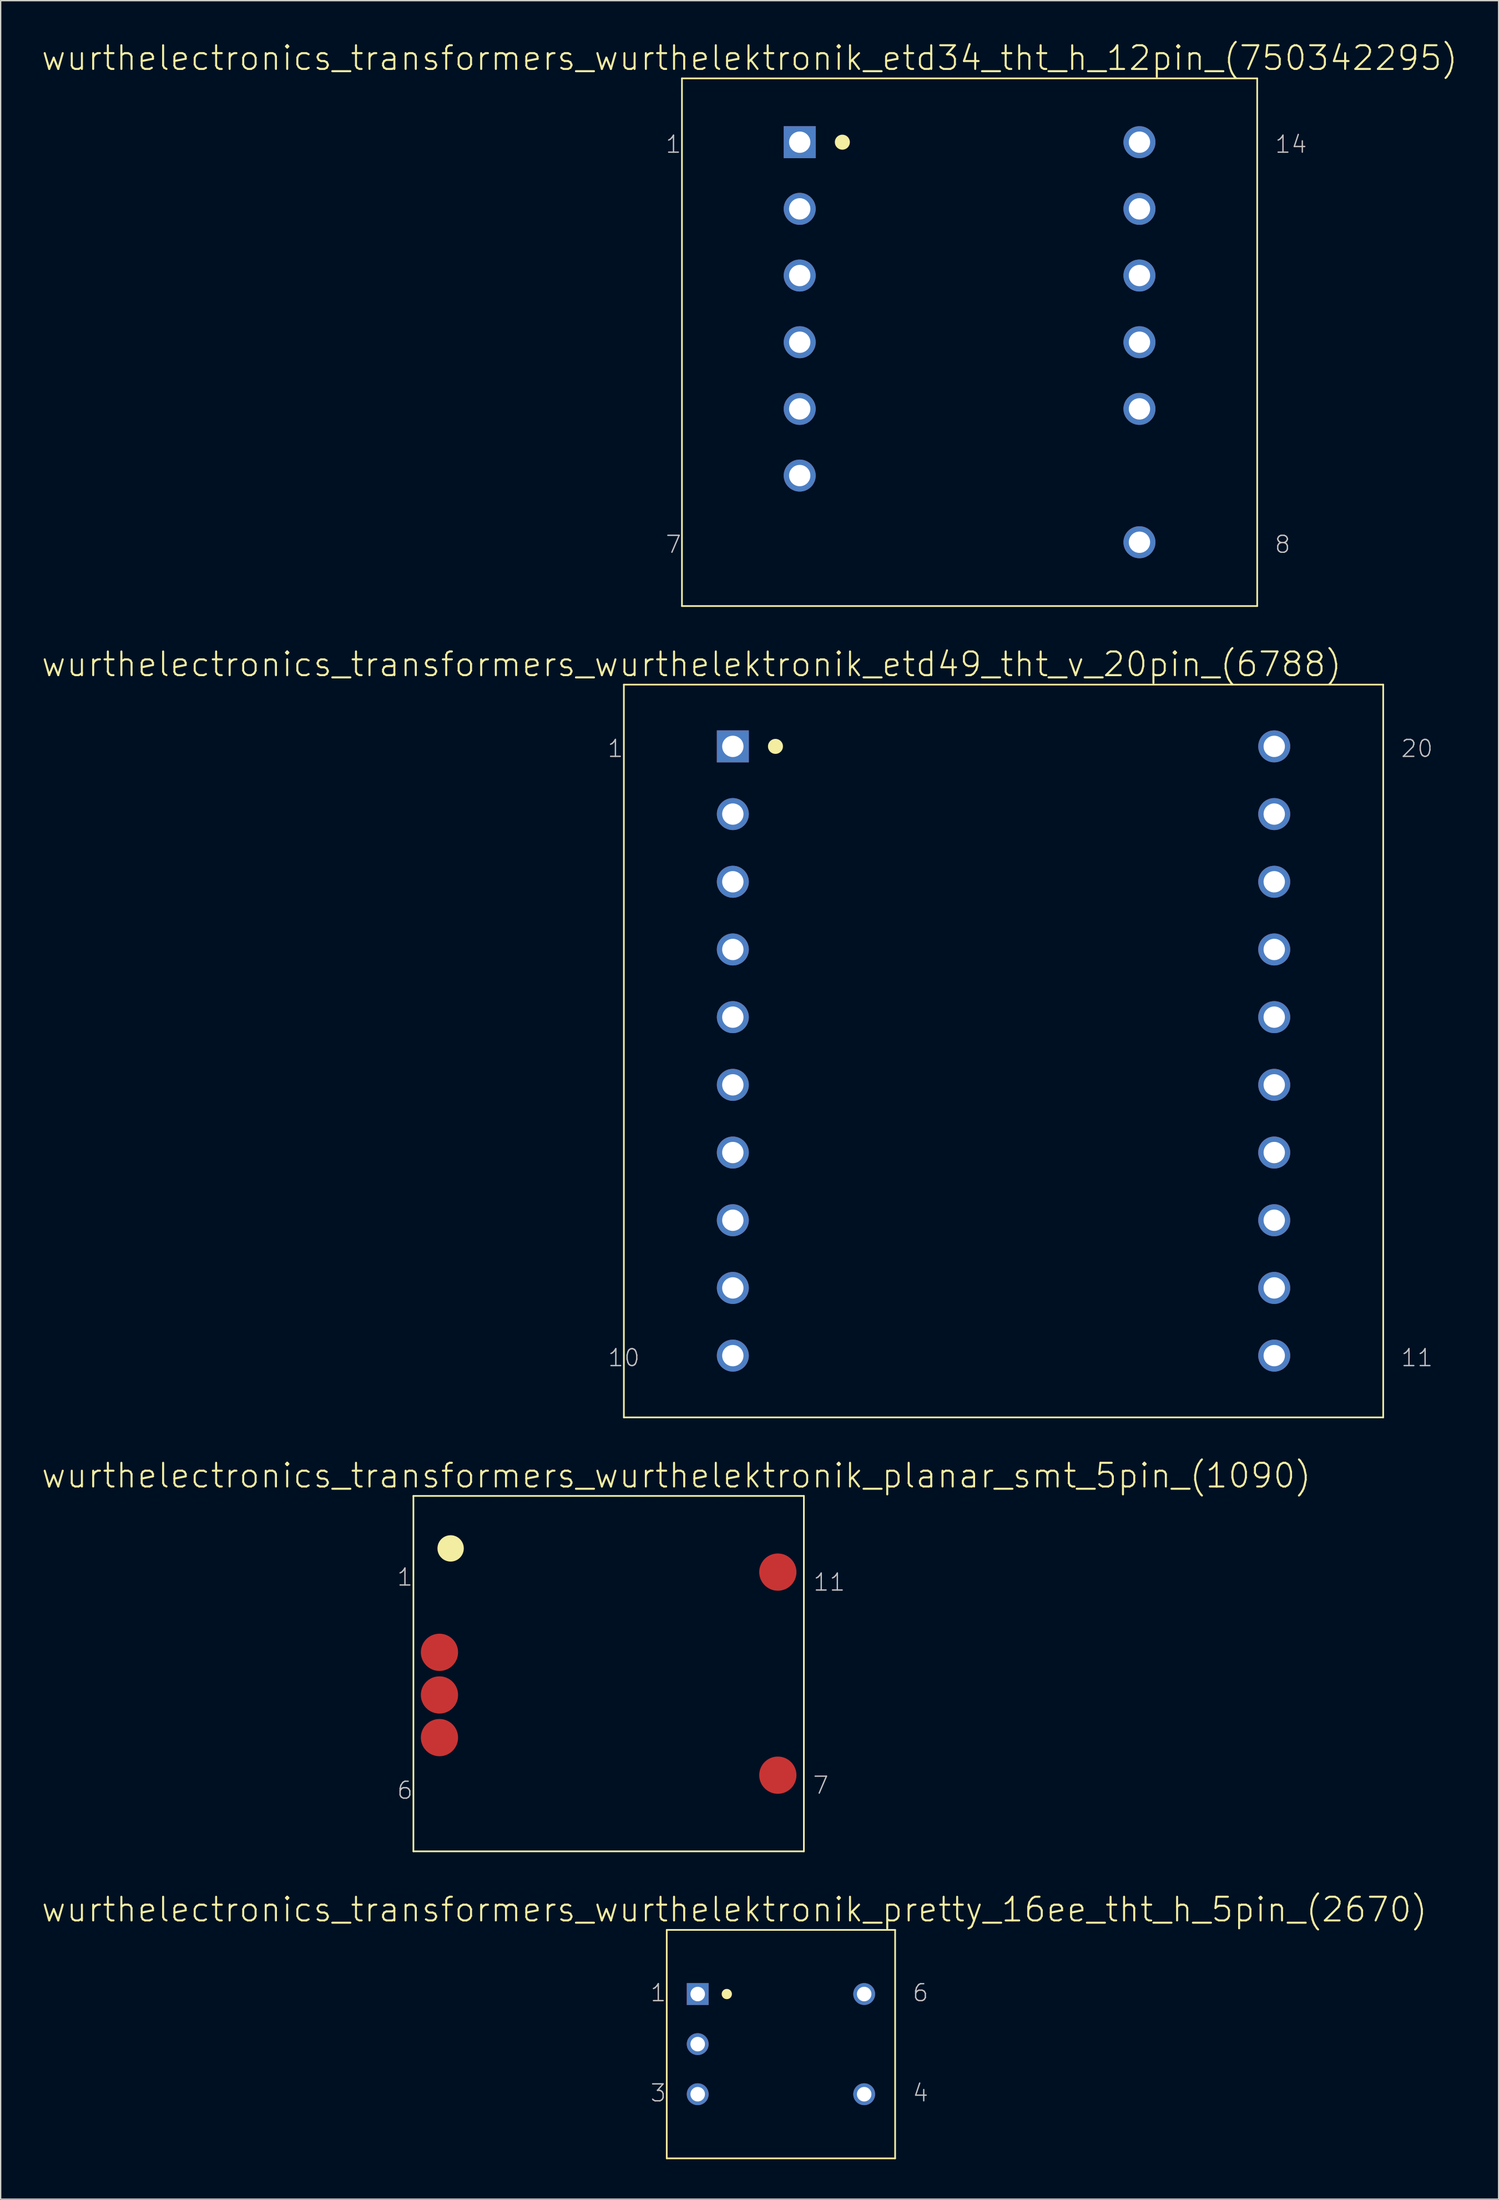
<source format=kicad_pcb>
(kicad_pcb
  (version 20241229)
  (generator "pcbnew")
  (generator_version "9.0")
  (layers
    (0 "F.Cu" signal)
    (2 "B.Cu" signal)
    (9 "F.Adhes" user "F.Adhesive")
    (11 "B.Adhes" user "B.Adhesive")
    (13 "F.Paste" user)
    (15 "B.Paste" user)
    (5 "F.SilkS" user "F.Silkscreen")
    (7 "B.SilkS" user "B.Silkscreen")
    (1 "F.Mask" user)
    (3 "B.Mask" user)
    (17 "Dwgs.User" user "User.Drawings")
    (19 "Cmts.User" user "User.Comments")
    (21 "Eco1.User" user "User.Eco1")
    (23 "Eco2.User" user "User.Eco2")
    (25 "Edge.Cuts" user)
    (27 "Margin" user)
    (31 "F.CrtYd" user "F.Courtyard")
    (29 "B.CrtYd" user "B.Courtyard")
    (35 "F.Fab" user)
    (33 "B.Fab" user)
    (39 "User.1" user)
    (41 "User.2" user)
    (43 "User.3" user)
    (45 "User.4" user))
  (footprint "wurthelectronics_transformers_wurthelektronik_etd34_tht_h_12pin_(750342295)"
    (layer "F.Cu")
    (at 69.731 22.631)
    (property "Reference" "wurthelectronics_transformers_wurthelektronik_etd34_tht_h_12pin_(750342295)" (at -16.51 -21.323 0) (layer "F.SilkS") (effects (font (size 1.778 1.778) (thickness 0.152))))
    (attr exclude_from_pos_files exclude_from_bom)
    (fp_line (start -21.59 -19.799) (end -21.59 19.799) (stroke (width 0.127) (type solid)) (layer "F.SilkS"))
    (fp_line (start -21.59 -19.799) (end 21.59 -19.799) (stroke (width 0.127) (type solid)) (layer "F.SilkS"))
    (fp_line (start -21.59 19.799) (end 21.59 19.799) (stroke (width 0.127) (type solid)) (layer "F.SilkS"))
    (fp_line (start 21.59 -19.799) (end 21.59 19.799) (stroke (width 0.127) (type solid)) (layer "F.SilkS"))
    (fp_circle (center -9.55 -15.011) (end -9.949 -15.41) (stroke (width 0) (type solid)) (fill yes) (layer "F.SilkS"))
    (fp_text user "1" (at -22.225 -14.846 0) (layer "Dwgs.User") (effects (font (size 1.27 1.27) (thickness 0.102))))
    (fp_text user "14" (at 24.13 -14.846 0) (layer "Dwgs.User") (effects (font (size 1.27 1.27) (thickness 0.102))))
    (fp_text user "7" (at -22.225 15.177 0) (layer "Dwgs.User") (effects (font (size 1.27 1.27) (thickness 0.102))))
    (fp_text user "8" (at 23.495 15.177 0) (layer "Dwgs.User") (effects (font (size 1.27 1.27) (thickness 0.102))))
    (pad "1" thru_hole rect (at -12.751 -15.011) (size 2.4 2.4) (drill 1.6) (layers "*.Cu" "*.Paste" "*.Mask"))
    (pad "2" thru_hole circle (at -12.751 -10.008) (size 2.4 2.4) (drill 1.6) (layers "*.Cu" "*.Paste" "*.Mask"))
    (pad "3" thru_hole circle (at -12.751 -5.004) (size 2.4 2.4) (drill 1.6) (layers "*.Cu" "*.Paste" "*.Mask"))
    (pad "4" thru_hole circle (at -12.751 0) (size 2.4 2.4) (drill 1.6) (layers "*.Cu" "*.Paste" "*.Mask"))
    (pad "5" thru_hole circle (at -12.751 5.004) (size 2.4 2.4) (drill 1.6) (layers "*.Cu" "*.Paste" "*.Mask"))
    (pad "6" thru_hole circle (at -12.751 10.008) (size 2.4 2.4) (drill 1.6) (layers "*.Cu" "*.Paste" "*.Mask"))
    (pad "8" thru_hole circle (at 12.751 15.011) (size 2.4 2.4) (drill 1.6) (layers "*.Cu" "*.Paste" "*.Mask"))
    (pad "10" thru_hole circle (at 12.751 5.004) (size 2.4 2.4) (drill 1.6) (layers "*.Cu" "*.Paste" "*.Mask"))
    (pad "11" thru_hole circle (at 12.751 0) (size 2.4 2.4) (drill 1.6) (layers "*.Cu" "*.Paste" "*.Mask"))
    (pad "12" thru_hole circle (at 12.751 -5.004) (size 2.4 2.4) (drill 1.6) (layers "*.Cu" "*.Paste" "*.Mask"))
    (pad "13" thru_hole circle (at 12.751 -10.008) (size 2.4 2.4) (drill 1.6) (layers "*.Cu" "*.Paste" "*.Mask"))
    (pad "14" thru_hole circle (at 12.751 -15.011) (size 2.4 2.4) (drill 1.6) (layers "*.Cu" "*.Paste" "*.Mask")))
  (footprint "wurthelectronics_transformers_wurthelektronik_pretty_16ee_tht_h_5pin_(2670)"
    (layer "F.Cu")
    (at 55.571 150.349)
    (property "Reference" "wurthelectronics_transformers_wurthelektronik_pretty_16ee_tht_h_5pin_(2670)" (at -3.493 -10.097 0) (layer "F.SilkS") (effects (font (size 1.778 1.778) (thickness 0.152))))
    (attr exclude_from_pos_files exclude_from_bom)
    (fp_line (start -8.572 -8.572) (end -8.572 8.572) (stroke (width 0.127) (type solid)) (layer "F.SilkS"))
    (fp_line (start -8.572 -8.572) (end 8.572 -8.572) (stroke (width 0.127) (type solid)) (layer "F.SilkS"))
    (fp_line (start -8.572 8.572) (end 8.572 8.572) (stroke (width 0.127) (type solid)) (layer "F.SilkS"))
    (fp_line (start 8.572 -8.572) (end 8.572 8.572) (stroke (width 0.127) (type solid)) (layer "F.SilkS"))
    (fp_circle (center -4.064 -3.759) (end -4.336 -4.031) (stroke (width 0) (type solid)) (fill yes) (layer "F.SilkS"))
    (fp_text user "6" (at 10.477 -3.848 0) (layer "Dwgs.User") (effects (font (size 1.27 1.27) (thickness 0.102))))
    (fp_text user "1" (at -9.207 -3.848 0) (layer "Dwgs.User") (effects (font (size 1.27 1.27) (thickness 0.102))))
    (fp_text user "4" (at 10.477 3.67 0) (layer "Dwgs.User") (effects (font (size 1.27 1.27) (thickness 0.102))))
    (fp_text user "3" (at -9.207 3.67 0) (layer "Dwgs.User") (effects (font (size 1.27 1.27) (thickness 0.102))))
    (pad "1" thru_hole rect (at -6.248 -3.759) (size 1.638 1.638) (drill 1.09) (layers "*.Cu" "*.Paste" "*.Mask"))
    (pad "2" thru_hole circle (at -6.248 0) (size 1.638 1.638) (drill 1.09) (layers "*.Cu" "*.Paste" "*.Mask"))
    (pad "3" thru_hole circle (at -6.248 3.759) (size 1.638 1.638) (drill 1.09) (layers "*.Cu" "*.Paste" "*.Mask"))
    (pad "4" thru_hole circle (at 6.248 3.759) (size 1.638 1.638) (drill 1.09) (layers "*.Cu" "*.Paste" "*.Mask"))
    (pad "6" thru_hole circle (at 6.248 -3.759) (size 1.638 1.638) (drill 1.09) (layers "*.Cu" "*.Paste" "*.Mask")))
  (footprint "wurthelectronics_transformers_wurthelektronik_etd49_tht_v_20pin_(6788)"
    (layer "F.Cu")
    (at 72.28 75.821)
    (property "Reference" "wurthelectronics_transformers_wurthelektronik_etd49_tht_v_20pin_(6788)" (at -23.419 -29.02 0) (layer "F.SilkS") (effects (font (size 1.778 1.778) (thickness 0.152))))
    (attr exclude_from_pos_files exclude_from_bom)
    (fp_line (start -28.499 -27.495) (end -28.499 27.495) (stroke (width 0.127) (type solid)) (layer "F.SilkS"))
    (fp_line (start -28.499 -27.495) (end 28.499 -27.495) (stroke (width 0.127) (type solid)) (layer "F.SilkS"))
    (fp_line (start -28.499 27.495) (end 28.499 27.495) (stroke (width 0.127) (type solid)) (layer "F.SilkS"))
    (fp_line (start 28.499 -27.495) (end 28.499 27.495) (stroke (width 0.127) (type solid)) (layer "F.SilkS"))
    (fp_circle (center -17.12 -22.86) (end -17.518 -23.259) (stroke (width 0) (type solid)) (fill yes) (layer "F.SilkS"))
    (fp_text user "1" (at -29.134 -22.695 0) (layer "Dwgs.User") (effects (font (size 1.27 1.27) (thickness 0.102))))
    (fp_text user "10" (at -28.499 23.025 0) (layer "Dwgs.User") (effects (font (size 1.27 1.27) (thickness 0.102))))
    (fp_text user "20" (at 31.039 -22.695 0) (layer "Dwgs.User") (effects (font (size 1.27 1.27) (thickness 0.102))))
    (fp_text user "11" (at 31.039 23.025 0) (layer "Dwgs.User") (effects (font (size 1.27 1.27) (thickness 0.102))))
    (pad "1" thru_hole rect (at -20.32 -22.86) (size 2.4 2.4) (drill 1.6) (layers "*.Cu" "*.Paste" "*.Mask"))
    (pad "2" thru_hole circle (at -20.32 -17.78) (size 2.4 2.4) (drill 1.6) (layers "*.Cu" "*.Paste" "*.Mask"))
    (pad "3" thru_hole circle (at -20.32 -12.7) (size 2.4 2.4) (drill 1.6) (layers "*.Cu" "*.Paste" "*.Mask"))
    (pad "4" thru_hole circle (at -20.32 -7.62) (size 2.4 2.4) (drill 1.6) (layers "*.Cu" "*.Paste" "*.Mask"))
    (pad "5" thru_hole circle (at -20.32 -2.54) (size 2.4 2.4) (drill 1.6) (layers "*.Cu" "*.Paste" "*.Mask"))
    (pad "6" thru_hole circle (at -20.32 2.54) (size 2.4 2.4) (drill 1.6) (layers "*.Cu" "*.Paste" "*.Mask"))
    (pad "7" thru_hole circle (at -20.32 7.62) (size 2.4 2.4) (drill 1.6) (layers "*.Cu" "*.Paste" "*.Mask"))
    (pad "8" thru_hole circle (at -20.32 12.7) (size 2.4 2.4) (drill 1.6) (layers "*.Cu" "*.Paste" "*.Mask"))
    (pad "9" thru_hole circle (at -20.32 17.78) (size 2.4 2.4) (drill 1.6) (layers "*.Cu" "*.Paste" "*.Mask"))
    (pad "10" thru_hole circle (at -20.32 22.86) (size 2.4 2.4) (drill 1.6) (layers "*.Cu" "*.Paste" "*.Mask"))
    (pad "11" thru_hole circle (at 20.32 22.86) (size 2.4 2.4) (drill 1.6) (layers "*.Cu" "*.Paste" "*.Mask"))
    (pad "12" thru_hole circle (at 20.32 17.78) (size 2.4 2.4) (drill 1.6) (layers "*.Cu" "*.Paste" "*.Mask"))
    (pad "13" thru_hole circle (at 20.32 12.7) (size 2.4 2.4) (drill 1.6) (layers "*.Cu" "*.Paste" "*.Mask"))
    (pad "14" thru_hole circle (at 20.32 7.62) (size 2.4 2.4) (drill 1.6) (layers "*.Cu" "*.Paste" "*.Mask"))
    (pad "15" thru_hole circle (at 20.32 2.54) (size 2.4 2.4) (drill 1.6) (layers "*.Cu" "*.Paste" "*.Mask"))
    (pad "16" thru_hole circle (at 20.32 -2.54) (size 2.4 2.4) (drill 1.6) (layers "*.Cu" "*.Paste" "*.Mask"))
    (pad "17" thru_hole circle (at 20.32 -7.62) (size 2.4 2.4) (drill 1.6) (layers "*.Cu" "*.Paste" "*.Mask"))
    (pad "18" thru_hole circle (at 20.32 -12.7) (size 2.4 2.4) (drill 1.6) (layers "*.Cu" "*.Paste" "*.Mask"))
    (pad "19" thru_hole circle (at 20.32 -17.78) (size 2.4 2.4) (drill 1.6) (layers "*.Cu" "*.Paste" "*.Mask"))
    (pad "20" thru_hole circle (at 20.32 -22.86) (size 2.4 2.4) (drill 1.6) (layers "*.Cu" "*.Paste" "*.Mask")))
  (footprint "wurthelectronics_transformers_wurthelektronik_planar_smt_5pin_(1090)"
    (layer "F.Cu")
    (at 42.638 122.546)
    (property "Reference" "wurthelectronics_transformers_wurthelektronik_planar_smt_5pin_(1090)" (at 5.08 -14.859 0) (layer "F.SilkS") (effects (font (size 1.778 1.778) (thickness 0.152))))
    (attr smd)
    (fp_line (start -14.656 -13.335) (end -14.656 13.335) (stroke (width 0.127) (type solid)) (layer "F.SilkS"))
    (fp_line (start -14.656 -13.335) (end 14.656 -13.335) (stroke (width 0.127) (type solid)) (layer "F.SilkS"))
    (fp_line (start -14.656 13.335) (end 14.656 13.335) (stroke (width 0.127) (type solid)) (layer "F.SilkS"))
    (fp_line (start 14.656 -13.335) (end 14.656 13.335) (stroke (width 0.127) (type solid)) (layer "F.SilkS"))
    (fp_circle (center -11.862 -9.398) (end -12.56 -10.097) (stroke (width 0) (type solid)) (fill yes) (layer "F.SilkS"))
    (fp_text user "1" (at -15.291 -7.236 0) (layer "Dwgs.User") (effects (font (size 1.27 1.27) (thickness 0.102))))
    (fp_text user "6" (at -15.291 8.76 0) (layer "Dwgs.User") (effects (font (size 1.27 1.27) (thickness 0.102))))
    (fp_text user "7" (at 15.926 8.382 0) (layer "Dwgs.User") (effects (font (size 1.27 1.27) (thickness 0.102))))
    (fp_text user "11" (at 16.561 -6.858 0) (layer "Dwgs.User") (effects (font (size 1.27 1.27) (thickness 0.102))))
    (pad "3" smd circle (at -12.7 -1.6) (size 2.794 2.794) (layers "F.Cu" "F.Mask" "F.Paste"))
    (pad "4" smd circle (at -12.7 1.6) (size 2.794 2.794) (layers "F.Cu" "F.Mask" "F.Paste"))
    (pad "5" smd circle (at -12.7 4.801) (size 2.794 2.794) (layers "F.Cu" "F.Mask" "F.Paste"))
    (pad "7" smd circle (at 12.7 7.62) (size 2.794 2.794) (layers "F.Cu" "F.Mask" "F.Paste"))
    (pad "11" smd circle (at 12.7 -7.62) (size 2.794 2.794) (layers "F.Cu" "F.Mask" "F.Paste")))
  (gr_rect
    (start -3 -3)
    (end 109.443 161.985)
    (stroke (width 0.1) (type default))
    (fill no)
    (layer "Edge.Cuts")))
</source>
